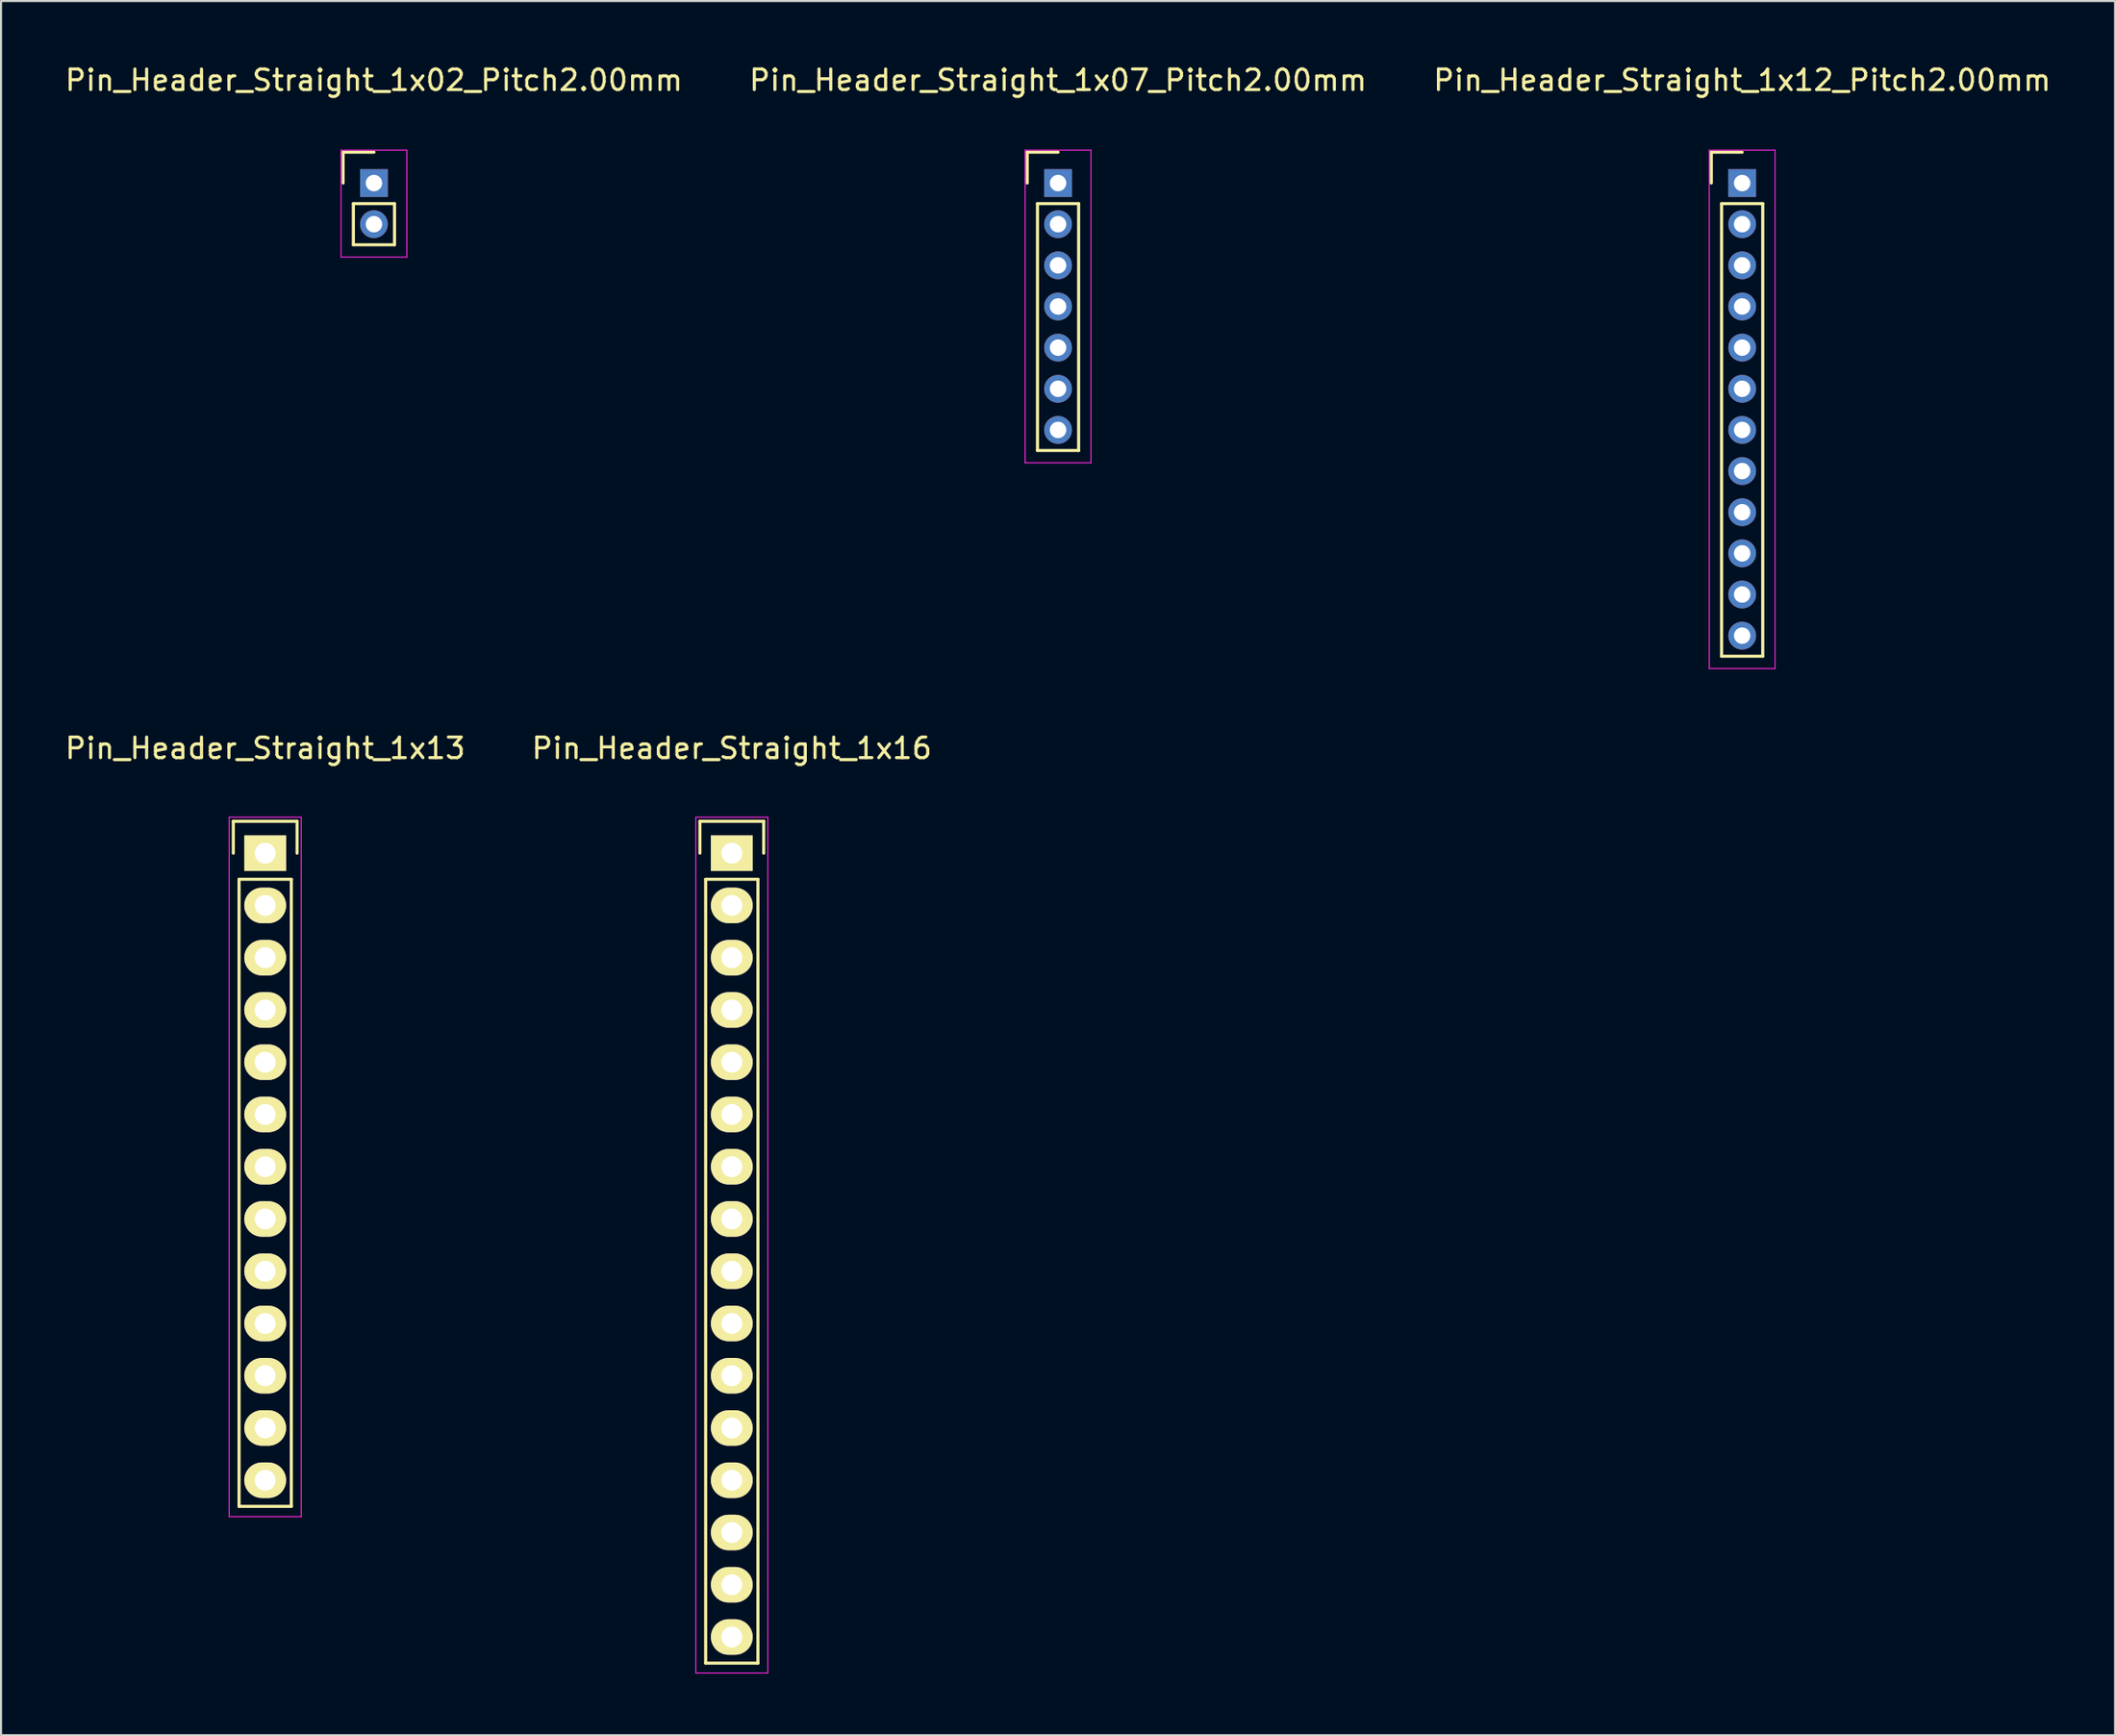
<source format=kicad_pcb>
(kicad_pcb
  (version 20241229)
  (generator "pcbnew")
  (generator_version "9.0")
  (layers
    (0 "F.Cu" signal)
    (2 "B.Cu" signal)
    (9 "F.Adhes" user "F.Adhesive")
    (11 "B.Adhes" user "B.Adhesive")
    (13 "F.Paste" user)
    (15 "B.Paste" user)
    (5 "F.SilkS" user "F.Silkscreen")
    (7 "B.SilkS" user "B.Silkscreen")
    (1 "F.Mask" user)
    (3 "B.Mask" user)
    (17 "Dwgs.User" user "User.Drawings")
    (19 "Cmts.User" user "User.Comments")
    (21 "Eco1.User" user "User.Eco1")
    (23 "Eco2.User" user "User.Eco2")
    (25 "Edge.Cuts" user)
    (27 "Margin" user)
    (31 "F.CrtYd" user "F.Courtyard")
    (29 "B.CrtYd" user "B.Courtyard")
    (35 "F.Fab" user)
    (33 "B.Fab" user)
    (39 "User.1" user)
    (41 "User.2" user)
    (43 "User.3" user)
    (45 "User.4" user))
  (footprint "Pin_Header_Straight_1x12_Pitch2.00mm"
    (layer "F.Cu")
    (at 81.625 5.848)
    (property "Reference" "Pin_Header_Straight_1x12_Pitch2.00mm" (at 0 -5 0) (layer "F.SilkS") (effects (font (size 1 1) (thickness 0.15))))
    (attr through_hole)
    (fp_line (start -1.5 -1.5) (end 0 -1.5) (stroke (width 0.15) (type solid)) (layer "F.SilkS"))
    (fp_line (start -1.5 0) (end -1.5 -1.5) (stroke (width 0.15) (type solid)) (layer "F.SilkS"))
    (fp_line (start -1 1) (end 1 1) (stroke (width 0.15) (type solid)) (layer "F.SilkS"))
    (fp_line (start -1 23) (end -1 1) (stroke (width 0.15) (type solid)) (layer "F.SilkS"))
    (fp_line (start 1 1) (end 1 23) (stroke (width 0.15) (type solid)) (layer "F.SilkS"))
    (fp_line (start 1 23) (end -1 23) (stroke (width 0.15) (type solid)) (layer "F.SilkS"))
    (fp_line (start -1.6 -1.6) (end 1.6 -1.6) (stroke (width 0.05) (type solid)) (layer "F.CrtYd"))
    (fp_line (start -1.6 23.6) (end -1.6 -1.6) (stroke (width 0.05) (type solid)) (layer "F.CrtYd"))
    (fp_line (start 1.6 -1.6) (end 1.6 23.6) (stroke (width 0.05) (type solid)) (layer "F.CrtYd"))
    (fp_line (start 1.6 23.6) (end -1.6 23.6) (stroke (width 0.05) (type solid)) (layer "F.CrtYd"))
    (pad "1" thru_hole rect (at 0 0) (size 1.35 1.35) (drill 0.8) (layers "*.Cu" "*.Mask"))
    (pad "2" thru_hole circle (at 0 2) (size 1.35 1.35) (drill 0.8) (layers "*.Cu" "*.Mask"))
    (pad "3" thru_hole circle (at 0 4) (size 1.35 1.35) (drill 0.8) (layers "*.Cu" "*.Mask"))
    (pad "4" thru_hole circle (at 0 6) (size 1.35 1.35) (drill 0.8) (layers "*.Cu" "*.Mask"))
    (pad "5" thru_hole circle (at 0 8) (size 1.35 1.35) (drill 0.8) (layers "*.Cu" "*.Mask"))
    (pad "6" thru_hole circle (at 0 10) (size 1.35 1.35) (drill 0.8) (layers "*.Cu" "*.Mask"))
    (pad "7" thru_hole circle (at 0 12) (size 1.35 1.35) (drill 0.8) (layers "*.Cu" "*.Mask"))
    (pad "8" thru_hole circle (at 0 14) (size 1.35 1.35) (drill 0.8) (layers "*.Cu" "*.Mask"))
    (pad "9" thru_hole circle (at 0 16) (size 1.35 1.35) (drill 0.8) (layers "*.Cu" "*.Mask"))
    (pad "10" thru_hole circle (at 0 18) (size 1.35 1.35) (drill 0.8) (layers "*.Cu" "*.Mask"))
    (pad "11" thru_hole circle (at 0 20) (size 1.35 1.35) (drill 0.8) (layers "*.Cu" "*.Mask"))
    (pad "12" thru_hole circle (at 0 22) (size 1.35 1.35) (drill 0.8) (layers "*.Cu" "*.Mask")))
  (footprint "Pin_Header_Straight_1x02_Pitch2.00mm"
    (layer "F.Cu")
    (at 15.125 5.848)
    (property "Reference" "Pin_Header_Straight_1x02_Pitch2.00mm" (at 0 -5 0) (layer "F.SilkS") (effects (font (size 1 1) (thickness 0.15))))
    (attr through_hole)
    (fp_line (start -1.5 -1.5) (end 0 -1.5) (stroke (width 0.15) (type solid)) (layer "F.SilkS"))
    (fp_line (start -1.5 0) (end -1.5 -1.5) (stroke (width 0.15) (type solid)) (layer "F.SilkS"))
    (fp_line (start -1 1) (end 1 1) (stroke (width 0.15) (type solid)) (layer "F.SilkS"))
    (fp_line (start -1 3) (end -1 1) (stroke (width 0.15) (type solid)) (layer "F.SilkS"))
    (fp_line (start 1 1) (end 1 3) (stroke (width 0.15) (type solid)) (layer "F.SilkS"))
    (fp_line (start 1 3) (end -1 3) (stroke (width 0.15) (type solid)) (layer "F.SilkS"))
    (fp_line (start -1.6 -1.6) (end 1.6 -1.6) (stroke (width 0.05) (type solid)) (layer "F.CrtYd"))
    (fp_line (start -1.6 3.6) (end -1.6 -1.6) (stroke (width 0.05) (type solid)) (layer "F.CrtYd"))
    (fp_line (start 1.6 -1.6) (end 1.6 3.6) (stroke (width 0.05) (type solid)) (layer "F.CrtYd"))
    (fp_line (start 1.6 3.6) (end -1.6 3.6) (stroke (width 0.05) (type solid)) (layer "F.CrtYd"))
    (pad "1" thru_hole rect (at 0 0) (size 1.35 1.35) (drill 0.8) (layers "*.Cu" "*.Mask"))
    (pad "2" thru_hole circle (at 0 2) (size 1.35 1.35) (drill 0.8) (layers "*.Cu" "*.Mask")))
  (footprint "Pin_Header_Straight_1x07_Pitch2.00mm"
    (layer "F.Cu")
    (at 48.375 5.848)
    (property "Reference" "Pin_Header_Straight_1x07_Pitch2.00mm" (at 0 -5 0) (layer "F.SilkS") (effects (font (size 1 1) (thickness 0.15))))
    (attr through_hole)
    (fp_line (start -1.5 -1.5) (end 0 -1.5) (stroke (width 0.15) (type solid)) (layer "F.SilkS"))
    (fp_line (start -1.5 0) (end -1.5 -1.5) (stroke (width 0.15) (type solid)) (layer "F.SilkS"))
    (fp_line (start -1 1) (end 1 1) (stroke (width 0.15) (type solid)) (layer "F.SilkS"))
    (fp_line (start -1 13) (end -1 1) (stroke (width 0.15) (type solid)) (layer "F.SilkS"))
    (fp_line (start 1 1) (end 1 13) (stroke (width 0.15) (type solid)) (layer "F.SilkS"))
    (fp_line (start 1 13) (end -1 13) (stroke (width 0.15) (type solid)) (layer "F.SilkS"))
    (fp_line (start -1.6 -1.6) (end 1.6 -1.6) (stroke (width 0.05) (type solid)) (layer "F.CrtYd"))
    (fp_line (start -1.6 13.6) (end -1.6 -1.6) (stroke (width 0.05) (type solid)) (layer "F.CrtYd"))
    (fp_line (start 1.6 -1.6) (end 1.6 13.6) (stroke (width 0.05) (type solid)) (layer "F.CrtYd"))
    (fp_line (start 1.6 13.6) (end -1.6 13.6) (stroke (width 0.05) (type solid)) (layer "F.CrtYd"))
    (pad "1" thru_hole rect (at 0 0) (size 1.35 1.35) (drill 0.8) (layers "*.Cu" "*.Mask"))
    (pad "2" thru_hole circle (at 0 2) (size 1.35 1.35) (drill 0.8) (layers "*.Cu" "*.Mask"))
    (pad "3" thru_hole circle (at 0 4) (size 1.35 1.35) (drill 0.8) (layers "*.Cu" "*.Mask"))
    (pad "4" thru_hole circle (at 0 6) (size 1.35 1.35) (drill 0.8) (layers "*.Cu" "*.Mask"))
    (pad "5" thru_hole circle (at 0 8) (size 1.35 1.35) (drill 0.8) (layers "*.Cu" "*.Mask"))
    (pad "6" thru_hole circle (at 0 10) (size 1.35 1.35) (drill 0.8) (layers "*.Cu" "*.Mask"))
    (pad "7" thru_hole circle (at 0 12) (size 1.35 1.35) (drill 0.8) (layers "*.Cu" "*.Mask")))
  (footprint "Pin_Header_Straight_1x13"
    (layer "F.Cu")
    (at 9.839 38.422)
    (property "Reference" "Pin_Header_Straight_1x13" (at 0 -5.1 0) (layer "F.SilkS") (effects (font (size 1 1) (thickness 0.15))))
    (attr through_hole)
    (fp_line (start -1.55 -1.55) (end 1.55 -1.55) (stroke (width 0.15) (type solid)) (layer "F.SilkS"))
    (fp_line (start -1.55 0) (end -1.55 -1.55) (stroke (width 0.15) (type solid)) (layer "F.SilkS"))
    (fp_line (start -1.27 1.27) (end -1.27 31.75) (stroke (width 0.15) (type solid)) (layer "F.SilkS"))
    (fp_line (start -1.27 31.75) (end 1.27 31.75) (stroke (width 0.15) (type solid)) (layer "F.SilkS"))
    (fp_line (start 1.27 1.27) (end -1.27 1.27) (stroke (width 0.15) (type solid)) (layer "F.SilkS"))
    (fp_line (start 1.27 31.75) (end 1.27 1.27) (stroke (width 0.15) (type solid)) (layer "F.SilkS"))
    (fp_line (start 1.55 -1.55) (end 1.55 0) (stroke (width 0.15) (type solid)) (layer "F.SilkS"))
    (fp_line (start -1.75 -1.75) (end -1.75 32.25) (stroke (width 0.05) (type solid)) (layer "F.CrtYd"))
    (fp_line (start -1.75 -1.75) (end 1.75 -1.75) (stroke (width 0.05) (type solid)) (layer "F.CrtYd"))
    (fp_line (start -1.75 32.25) (end 1.75 32.25) (stroke (width 0.05) (type solid)) (layer "F.CrtYd"))
    (fp_line (start 1.75 -1.75) (end 1.75 32.25) (stroke (width 0.05) (type solid)) (layer "F.CrtYd"))
    (pad "1" thru_hole rect (at 0 0) (size 2.032 1.727) (drill 1.016) (layers "*.Cu" "*.Mask" "F.SilkS"))
    (pad "2" thru_hole oval (at 0 2.54) (size 2.032 1.727) (drill 1.016) (layers "*.Cu" "*.Mask" "F.SilkS"))
    (pad "3" thru_hole oval (at 0 5.08) (size 2.032 1.727) (drill 1.016) (layers "*.Cu" "*.Mask" "F.SilkS"))
    (pad "4" thru_hole oval (at 0 7.62) (size 2.032 1.727) (drill 1.016) (layers "*.Cu" "*.Mask" "F.SilkS"))
    (pad "5" thru_hole oval (at 0 10.16) (size 2.032 1.727) (drill 1.016) (layers "*.Cu" "*.Mask" "F.SilkS"))
    (pad "6" thru_hole oval (at 0 12.7) (size 2.032 1.727) (drill 1.016) (layers "*.Cu" "*.Mask" "F.SilkS"))
    (pad "7" thru_hole oval (at 0 15.24) (size 2.032 1.727) (drill 1.016) (layers "*.Cu" "*.Mask" "F.SilkS"))
    (pad "8" thru_hole oval (at 0 17.78) (size 2.032 1.727) (drill 1.016) (layers "*.Cu" "*.Mask" "F.SilkS"))
    (pad "9" thru_hole oval (at 0 20.32) (size 2.032 1.727) (drill 1.016) (layers "*.Cu" "*.Mask" "F.SilkS"))
    (pad "10" thru_hole oval (at 0 22.86) (size 2.032 1.727) (drill 1.016) (layers "*.Cu" "*.Mask" "F.SilkS"))
    (pad "11" thru_hole oval (at 0 25.4) (size 2.032 1.727) (drill 1.016) (layers "*.Cu" "*.Mask" "F.SilkS"))
    (pad "12" thru_hole oval (at 0 27.94) (size 2.032 1.727) (drill 1.016) (layers "*.Cu" "*.Mask" "F.SilkS"))
    (pad "13" thru_hole oval (at 0 30.48) (size 2.032 1.727) (drill 1.016) (layers "*.Cu" "*.Mask" "F.SilkS")))
  (footprint "Pin_Header_Straight_1x16"
    (layer "F.Cu")
    (at 32.518 38.422)
    (property "Reference" "Pin_Header_Straight_1x16" (at 0 -5.1 0) (layer "F.SilkS") (effects (font (size 1 1) (thickness 0.15))))
    (attr through_hole)
    (fp_line (start -1.55 -1.55) (end 1.55 -1.55) (stroke (width 0.15) (type solid)) (layer "F.SilkS"))
    (fp_line (start -1.55 0) (end -1.55 -1.55) (stroke (width 0.15) (type solid)) (layer "F.SilkS"))
    (fp_line (start -1.27 1.27) (end -1.27 39.37) (stroke (width 0.15) (type solid)) (layer "F.SilkS"))
    (fp_line (start -1.27 39.37) (end 1.27 39.37) (stroke (width 0.15) (type solid)) (layer "F.SilkS"))
    (fp_line (start 1.27 1.27) (end -1.27 1.27) (stroke (width 0.15) (type solid)) (layer "F.SilkS"))
    (fp_line (start 1.27 39.37) (end 1.27 1.27) (stroke (width 0.15) (type solid)) (layer "F.SilkS"))
    (fp_line (start 1.55 -1.55) (end 1.55 0) (stroke (width 0.15) (type solid)) (layer "F.SilkS"))
    (fp_line (start -1.75 -1.75) (end -1.75 39.85) (stroke (width 0.05) (type solid)) (layer "F.CrtYd"))
    (fp_line (start -1.75 -1.75) (end 1.75 -1.75) (stroke (width 0.05) (type solid)) (layer "F.CrtYd"))
    (fp_line (start -1.75 39.85) (end 1.75 39.85) (stroke (width 0.05) (type solid)) (layer "F.CrtYd"))
    (fp_line (start 1.75 -1.75) (end 1.75 39.85) (stroke (width 0.05) (type solid)) (layer "F.CrtYd"))
    (pad "1" thru_hole rect (at 0 0) (size 2.032 1.727) (drill 1.016) (layers "*.Cu" "*.Mask" "F.SilkS"))
    (pad "2" thru_hole oval (at 0 2.54) (size 2.032 1.727) (drill 1.016) (layers "*.Cu" "*.Mask" "F.SilkS"))
    (pad "3" thru_hole oval (at 0 5.08) (size 2.032 1.727) (drill 1.016) (layers "*.Cu" "*.Mask" "F.SilkS"))
    (pad "4" thru_hole oval (at 0 7.62) (size 2.032 1.727) (drill 1.016) (layers "*.Cu" "*.Mask" "F.SilkS"))
    (pad "5" thru_hole oval (at 0 10.16) (size 2.032 1.727) (drill 1.016) (layers "*.Cu" "*.Mask" "F.SilkS"))
    (pad "6" thru_hole oval (at 0 12.7) (size 2.032 1.727) (drill 1.016) (layers "*.Cu" "*.Mask" "F.SilkS"))
    (pad "7" thru_hole oval (at 0 15.24) (size 2.032 1.727) (drill 1.016) (layers "*.Cu" "*.Mask" "F.SilkS"))
    (pad "8" thru_hole oval (at 0 17.78) (size 2.032 1.727) (drill 1.016) (layers "*.Cu" "*.Mask" "F.SilkS"))
    (pad "9" thru_hole oval (at 0 20.32) (size 2.032 1.727) (drill 1.016) (layers "*.Cu" "*.Mask" "F.SilkS"))
    (pad "10" thru_hole oval (at 0 22.86) (size 2.032 1.727) (drill 1.016) (layers "*.Cu" "*.Mask" "F.SilkS"))
    (pad "11" thru_hole oval (at 0 25.4) (size 2.032 1.727) (drill 1.016) (layers "*.Cu" "*.Mask" "F.SilkS"))
    (pad "12" thru_hole oval (at 0 27.94) (size 2.032 1.727) (drill 1.016) (layers "*.Cu" "*.Mask" "F.SilkS"))
    (pad "13" thru_hole oval (at 0 30.48) (size 2.032 1.727) (drill 1.016) (layers "*.Cu" "*.Mask" "F.SilkS"))
    (pad "14" thru_hole oval (at 0 33.02) (size 2.032 1.727) (drill 1.016) (layers "*.Cu" "*.Mask" "F.SilkS"))
    (pad "15" thru_hole oval (at 0 35.56) (size 2.032 1.727) (drill 1.016) (layers "*.Cu" "*.Mask" "F.SilkS"))
    (pad "16" thru_hole oval (at 0 38.1) (size 2.032 1.727) (drill 1.016) (layers "*.Cu" "*.Mask" "F.SilkS")))
  (gr_rect
    (start -3 -3)
    (end 99.75 81.296)
    (stroke (width 0.1) (type default))
    (fill no)
    (layer "Edge.Cuts")))
</source>
